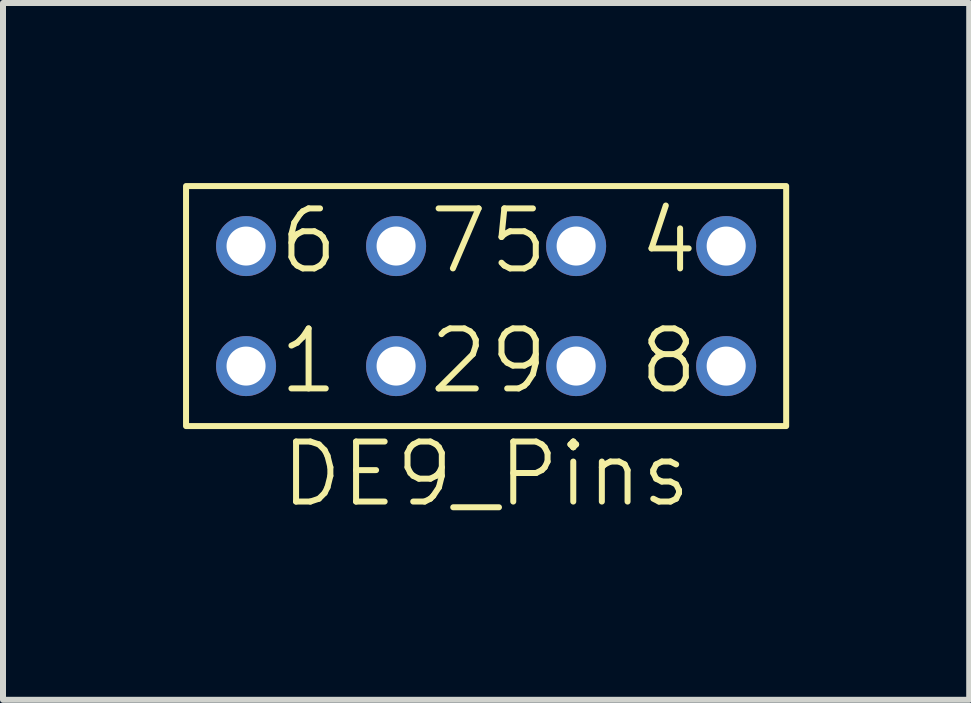
<source format=kicad_pcb>
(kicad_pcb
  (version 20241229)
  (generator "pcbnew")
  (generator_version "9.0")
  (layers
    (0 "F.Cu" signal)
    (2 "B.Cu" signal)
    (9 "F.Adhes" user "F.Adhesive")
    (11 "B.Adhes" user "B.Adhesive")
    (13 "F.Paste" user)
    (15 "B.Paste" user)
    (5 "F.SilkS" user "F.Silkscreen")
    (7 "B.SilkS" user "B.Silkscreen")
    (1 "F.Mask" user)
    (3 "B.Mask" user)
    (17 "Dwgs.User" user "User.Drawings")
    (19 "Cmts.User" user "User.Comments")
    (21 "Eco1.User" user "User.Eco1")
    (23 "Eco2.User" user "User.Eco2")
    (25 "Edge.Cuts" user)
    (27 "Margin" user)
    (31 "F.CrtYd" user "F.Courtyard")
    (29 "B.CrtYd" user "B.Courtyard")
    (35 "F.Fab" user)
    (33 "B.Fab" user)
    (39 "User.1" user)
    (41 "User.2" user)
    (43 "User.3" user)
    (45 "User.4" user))
  (footprint "DE9_Pins"
    (layer "F.Cu")
    (at 5.05 2.05)
    (property "Reference" "DE9_Pins" (at 0 2.8 0) (unlocked yes) (layer "F.SilkS") (effects (font (size 1 1) (thickness 0.1))))
    (attr through_hole)
    (fp_rect (start -5 2) (end 5 -2) (stroke (width 0.1) (type default)) (fill no) (layer "F.SilkS"))
    (fp_text user "4" (at 2.5 -0.5 0) (unlocked yes) (layer "F.SilkS") (effects (font (size 1 1) (thickness 0.1)) (justify left bottom)))
    (fp_text user "8" (at 2.5 1.5 0) (unlocked yes) (layer "F.SilkS") (effects (font (size 1 1) (thickness 0.1)) (justify left bottom)))
    (fp_text user "1" (at -3.5 1.5 0) (unlocked yes) (layer "F.SilkS") (effects (font (size 1 1) (thickness 0.1)) (justify left bottom)))
    (fp_text user "5" (at 0 -0.5 0) (unlocked yes) (layer "F.SilkS") (effects (font (size 1 1) (thickness 0.1)) (justify left bottom)))
    (fp_text user "2" (at -1 1.5 0) (unlocked yes) (layer "F.SilkS") (effects (font (size 1 1) (thickness 0.1)) (justify left bottom)))
    (fp_text user "9" (at 0 1.5 0) (unlocked yes) (layer "F.SilkS") (effects (font (size 1 1) (thickness 0.1)) (justify left bottom)))
    (fp_text user "7" (at -1 -0.5 0) (unlocked yes) (layer "F.SilkS") (effects (font (size 1 1) (thickness 0.1)) (justify left bottom)))
    (fp_text user "6" (at -3.5 -0.5 0) (unlocked yes) (layer "F.SilkS") (effects (font (size 1 1) (thickness 0.1)) (justify left bottom)))
    (pad "1" thru_hole oval (at -4 1) (size 1 1) (drill 0.65) (layers "*.Cu" "*.Mask"))
    (pad "2" thru_hole oval (at -1.5 1) (size 1 1) (drill 0.65) (layers "*.Cu" "*.Mask"))
    (pad "4" thru_hole oval (at 4 -1) (size 1 1) (drill 0.65) (layers "*.Cu" "*.Mask"))
    (pad "5" thru_hole oval (at 1.5 -1) (size 1 1) (drill 0.65) (layers "*.Cu" "*.Mask"))
    (pad "6" thru_hole oval (at -4 -1) (size 1 1) (drill 0.65) (layers "*.Cu" "*.Mask"))
    (pad "7" thru_hole oval (at -1.5 -1) (size 1 1) (drill 0.65) (layers "*.Cu" "*.Mask"))
    (pad "8" thru_hole oval (at 4 1) (size 1 1) (drill 0.65) (layers "*.Cu" "*.Mask"))
    (pad "9" thru_hole oval (at 1.5 1) (size 1 1) (drill 0.65) (layers "*.Cu" "*.Mask")))
  (gr_rect
    (start -3 -3)
    (end 13.1 8.611)
    (stroke (width 0.1) (type default))
    (fill no)
    (layer "Edge.Cuts")))
</source>
